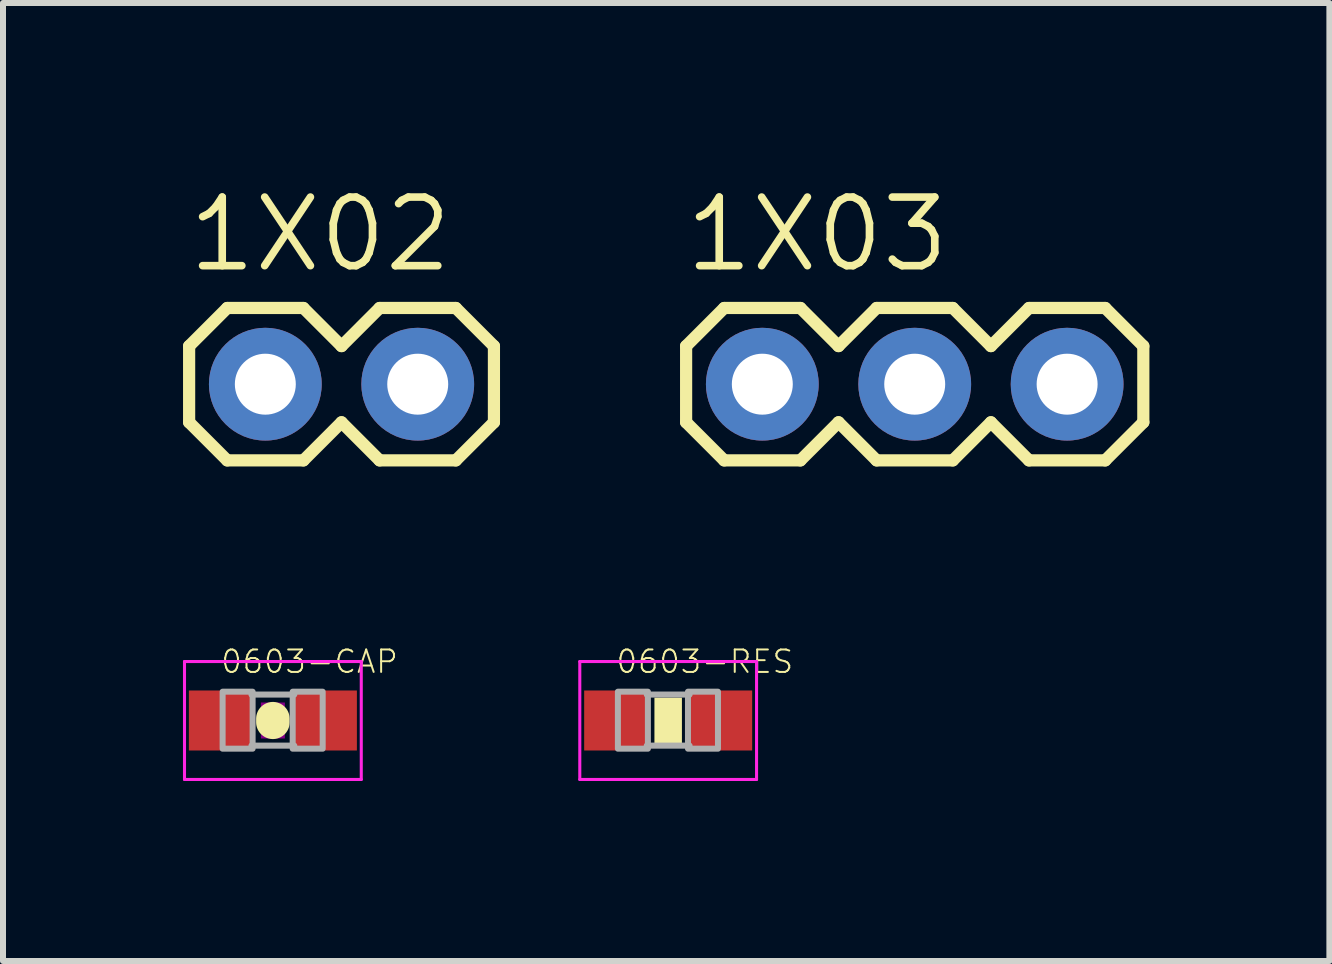
<source format=kicad_pcb>
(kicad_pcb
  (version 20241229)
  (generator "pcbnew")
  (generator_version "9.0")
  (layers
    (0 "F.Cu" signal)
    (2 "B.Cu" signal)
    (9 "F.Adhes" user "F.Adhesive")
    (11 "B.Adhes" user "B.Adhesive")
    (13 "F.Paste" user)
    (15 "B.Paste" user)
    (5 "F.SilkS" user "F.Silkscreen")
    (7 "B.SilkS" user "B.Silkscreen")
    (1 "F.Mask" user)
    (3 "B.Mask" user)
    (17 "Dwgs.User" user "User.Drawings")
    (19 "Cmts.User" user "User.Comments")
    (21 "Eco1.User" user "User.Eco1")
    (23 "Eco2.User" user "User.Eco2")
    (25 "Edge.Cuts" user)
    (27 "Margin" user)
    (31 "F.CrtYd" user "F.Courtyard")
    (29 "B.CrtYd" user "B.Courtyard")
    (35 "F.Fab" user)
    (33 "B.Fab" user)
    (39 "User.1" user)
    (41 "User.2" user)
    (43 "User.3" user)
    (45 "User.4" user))
  (footprint "1X02"
    (layer "F.Cu")
    (at 1.372 3.353)
    (property "Reference" "1X02" (at -1.346 -1.829 0) (layer "F.SilkS") (effects (font (size 1.143 1.143) (thickness 0.127)) (justify left bottom)))
    (fp_line (start -1.27 -0.635) (end -1.27 0.635) (stroke (width 0.203) (type solid)) (layer "F.SilkS"))
    (fp_line (start -1.27 0.635) (end -0.635 1.27) (stroke (width 0.203) (type solid)) (layer "F.SilkS"))
    (fp_line (start -0.635 -1.27) (end -1.27 -0.635) (stroke (width 0.203) (type solid)) (layer "F.SilkS"))
    (fp_line (start -0.635 -1.27) (end 0.635 -1.27) (stroke (width 0.203) (type solid)) (layer "F.SilkS"))
    (fp_line (start 0.635 -1.27) (end 1.27 -0.635) (stroke (width 0.203) (type solid)) (layer "F.SilkS"))
    (fp_line (start 0.635 1.27) (end -0.635 1.27) (stroke (width 0.203) (type solid)) (layer "F.SilkS"))
    (fp_line (start 1.27 -0.635) (end 1.905 -1.27) (stroke (width 0.203) (type solid)) (layer "F.SilkS"))
    (fp_line (start 1.27 0.635) (end 0.635 1.27) (stroke (width 0.203) (type solid)) (layer "F.SilkS"))
    (fp_line (start 1.905 -1.27) (end 3.175 -1.27) (stroke (width 0.203) (type solid)) (layer "F.SilkS"))
    (fp_line (start 1.905 1.27) (end 1.27 0.635) (stroke (width 0.203) (type solid)) (layer "F.SilkS"))
    (fp_line (start 3.175 -1.27) (end 3.81 -0.635) (stroke (width 0.203) (type solid)) (layer "F.SilkS"))
    (fp_line (start 3.175 1.27) (end 1.905 1.27) (stroke (width 0.203) (type solid)) (layer "F.SilkS"))
    (fp_line (start 3.81 -0.635) (end 3.81 0.635) (stroke (width 0.203) (type solid)) (layer "F.SilkS"))
    (fp_line (start 3.81 0.635) (end 3.175 1.27) (stroke (width 0.203) (type solid)) (layer "F.SilkS"))
    (fp_poly (pts (xy -0.254 0.254) (xy 0.254 0.254) (xy 0.254 -0.254) (xy -0.254 -0.254)) (stroke (width 0.1) (type solid)) (fill no) (layer "F.Fab"))
    (fp_poly (pts (xy 2.286 0.254) (xy 2.794 0.254) (xy 2.794 -0.254) (xy 2.286 -0.254)) (stroke (width 0.1) (type solid)) (fill no) (layer "F.Fab"))
    (pad "1" thru_hole circle (at 0 0 90) (size 1.88 1.88) (drill 1.016) (layers "*.Cu" "*.Mask"))
    (pad "2" thru_hole circle (at 2.54 0 90) (size 1.88 1.88) (drill 1.016) (layers "*.Cu" "*.Mask")))
  (footprint "1X03"
    (layer "F.Cu")
    (at 9.655 3.353)
    (property "Reference" "1X03" (at -1.346 -1.829 0) (layer "F.SilkS") (effects (font (size 1.143 1.143) (thickness 0.127)) (justify left bottom)))
    (fp_line (start -1.27 -0.635) (end -1.27 0.635) (stroke (width 0.203) (type solid)) (layer "F.SilkS"))
    (fp_line (start -1.27 0.635) (end -0.635 1.27) (stroke (width 0.203) (type solid)) (layer "F.SilkS"))
    (fp_line (start -0.635 -1.27) (end -1.27 -0.635) (stroke (width 0.203) (type solid)) (layer "F.SilkS"))
    (fp_line (start -0.635 -1.27) (end 0.635 -1.27) (stroke (width 0.203) (type solid)) (layer "F.SilkS"))
    (fp_line (start 0.635 -1.27) (end 1.27 -0.635) (stroke (width 0.203) (type solid)) (layer "F.SilkS"))
    (fp_line (start 0.635 1.27) (end -0.635 1.27) (stroke (width 0.203) (type solid)) (layer "F.SilkS"))
    (fp_line (start 1.27 -0.635) (end 1.905 -1.27) (stroke (width 0.203) (type solid)) (layer "F.SilkS"))
    (fp_line (start 1.27 0.635) (end 0.635 1.27) (stroke (width 0.203) (type solid)) (layer "F.SilkS"))
    (fp_line (start 1.905 -1.27) (end 3.175 -1.27) (stroke (width 0.203) (type solid)) (layer "F.SilkS"))
    (fp_line (start 1.905 1.27) (end 1.27 0.635) (stroke (width 0.203) (type solid)) (layer "F.SilkS"))
    (fp_line (start 3.175 -1.27) (end 3.81 -0.635) (stroke (width 0.203) (type solid)) (layer "F.SilkS"))
    (fp_line (start 3.175 1.27) (end 1.905 1.27) (stroke (width 0.203) (type solid)) (layer "F.SilkS"))
    (fp_line (start 3.81 -0.635) (end 4.445 -1.27) (stroke (width 0.203) (type solid)) (layer "F.SilkS"))
    (fp_line (start 3.81 0.635) (end 3.175 1.27) (stroke (width 0.203) (type solid)) (layer "F.SilkS"))
    (fp_line (start 4.445 -1.27) (end 5.715 -1.27) (stroke (width 0.203) (type solid)) (layer "F.SilkS"))
    (fp_line (start 4.445 1.27) (end 3.81 0.635) (stroke (width 0.203) (type solid)) (layer "F.SilkS"))
    (fp_line (start 5.715 -1.27) (end 6.35 -0.635) (stroke (width 0.203) (type solid)) (layer "F.SilkS"))
    (fp_line (start 5.715 1.27) (end 4.445 1.27) (stroke (width 0.203) (type solid)) (layer "F.SilkS"))
    (fp_line (start 6.35 -0.635) (end 6.35 0.635) (stroke (width 0.203) (type solid)) (layer "F.SilkS"))
    (fp_line (start 6.35 0.635) (end 5.715 1.27) (stroke (width 0.203) (type solid)) (layer "F.SilkS"))
    (fp_poly (pts (xy -0.254 0.254) (xy 0.254 0.254) (xy 0.254 -0.254) (xy -0.254 -0.254)) (stroke (width 0.1) (type solid)) (fill no) (layer "F.Fab"))
    (fp_poly (pts (xy 2.286 0.254) (xy 2.794 0.254) (xy 2.794 -0.254) (xy 2.286 -0.254)) (stroke (width 0.1) (type solid)) (fill no) (layer "F.Fab"))
    (fp_poly (pts (xy 4.826 0.254) (xy 5.334 0.254) (xy 5.334 -0.254) (xy 4.826 -0.254)) (stroke (width 0.1) (type solid)) (fill no) (layer "F.Fab"))
    (pad "1" thru_hole circle (at 0 0 90) (size 1.88 1.88) (drill 1.016) (layers "*.Cu" "*.Mask"))
    (pad "2" thru_hole circle (at 2.54 0 90) (size 1.88 1.88) (drill 1.016) (layers "*.Cu" "*.Mask"))
    (pad "3" thru_hole circle (at 5.08 0 90) (size 1.88 1.88) (drill 1.016) (layers "*.Cu" "*.Mask")))
  (footprint "0603-CAP"
    (layer "F.Cu")
    (at 1.498 8.958)
    (property "Reference" "0603-CAP" (at -0.889 -0.762 0) (layer "F.SilkS") (effects (font (size 0.374 0.374) (thickness 0.033)) (justify left bottom)))
    (fp_line (start 0 -0.03) (end 0 0.03) (stroke (width 0.559) (type solid)) (layer "F.SilkS"))
    (fp_poly (pts (xy -0.2 0.3) (xy 0.2 0.3) (xy 0.2 -0.3) (xy -0.2 -0.3)) (stroke (width 0) (type solid)) (fill yes) (layer "F.Adhes"))
    (fp_line (start -1.473 -0.983) (end 1.473 -0.983) (stroke (width 0.051) (type solid)) (layer "F.CrtYd"))
    (fp_line (start -1.473 0.983) (end -1.473 -0.983) (stroke (width 0.051) (type solid)) (layer "F.CrtYd"))
    (fp_line (start 1.473 -0.983) (end 1.473 0.983) (stroke (width 0.051) (type solid)) (layer "F.CrtYd"))
    (fp_line (start 1.473 0.983) (end -1.473 0.983) (stroke (width 0.051) (type solid)) (layer "F.CrtYd"))
    (fp_line (start -0.356 -0.432) (end 0.356 -0.432) (stroke (width 0.102) (type solid)) (layer "F.Fab"))
    (fp_line (start -0.356 0.419) (end 0.356 0.419) (stroke (width 0.102) (type solid)) (layer "F.Fab"))
    (fp_poly (pts (xy -0.838 0.47) (xy -0.338 0.47) (xy -0.338 -0.48) (xy -0.838 -0.48)) (stroke (width 0.1) (type solid)) (fill no) (layer "F.Fab"))
    (fp_poly (pts (xy 0.33 0.47) (xy 0.83 0.47) (xy 0.83 -0.48) (xy 0.33 -0.48)) (stroke (width 0.1) (type solid)) (fill no) (layer "F.Fab"))
    (pad "1" smd rect (at -0.85 0) (size 1.1 1) (layers "F.Cu" "F.Mask" "F.Paste"))
    (pad "2" smd rect (at 0.85 0) (size 1.1 1) (layers "F.Cu" "F.Mask" "F.Paste")))
  (footprint "0603-RES"
    (layer "F.Cu")
    (at 8.086 8.958)
    (property "Reference" "0603-RES" (at -0.889 -0.762 0) (layer "F.SilkS") (effects (font (size 0.374 0.374) (thickness 0.033)) (justify left bottom)))
    (fp_poly (pts (xy -0.229 0.381) (xy 0.229 0.381) (xy 0.229 -0.381) (xy -0.229 -0.381)) (stroke (width 0) (type solid)) (fill yes) (layer "F.SilkS"))
    (fp_poly (pts (xy -0.2 0.3) (xy 0.2 0.3) (xy 0.2 -0.3) (xy -0.2 -0.3)) (stroke (width 0) (type solid)) (fill yes) (layer "F.Adhes"))
    (fp_line (start -1.473 -0.983) (end 1.473 -0.983) (stroke (width 0.051) (type solid)) (layer "F.CrtYd"))
    (fp_line (start -1.473 0.983) (end -1.473 -0.983) (stroke (width 0.051) (type solid)) (layer "F.CrtYd"))
    (fp_line (start 1.473 -0.983) (end 1.473 0.983) (stroke (width 0.051) (type solid)) (layer "F.CrtYd"))
    (fp_line (start 1.473 0.983) (end -1.473 0.983) (stroke (width 0.051) (type solid)) (layer "F.CrtYd"))
    (fp_line (start -0.356 -0.432) (end 0.356 -0.432) (stroke (width 0.102) (type solid)) (layer "F.Fab"))
    (fp_line (start -0.356 0.419) (end 0.356 0.419) (stroke (width 0.102) (type solid)) (layer "F.Fab"))
    (fp_poly (pts (xy -0.838 0.47) (xy -0.338 0.47) (xy -0.338 -0.48) (xy -0.838 -0.48)) (stroke (width 0.1) (type solid)) (fill no) (layer "F.Fab"))
    (fp_poly (pts (xy 0.33 0.47) (xy 0.83 0.47) (xy 0.83 -0.48) (xy 0.33 -0.48)) (stroke (width 0.1) (type solid)) (fill no) (layer "F.Fab"))
    (pad "1" smd rect (at -0.85 0) (size 1.1 1) (layers "F.Cu" "F.Mask" "F.Paste"))
    (pad "2" smd rect (at 0.85 0) (size 1.1 1) (layers "F.Cu" "F.Mask" "F.Paste")))
  (gr_rect
    (start -3 -3)
    (end 19.106 12.966)
    (stroke (width 0.1) (type default))
    (fill no)
    (layer "Edge.Cuts")))
</source>
